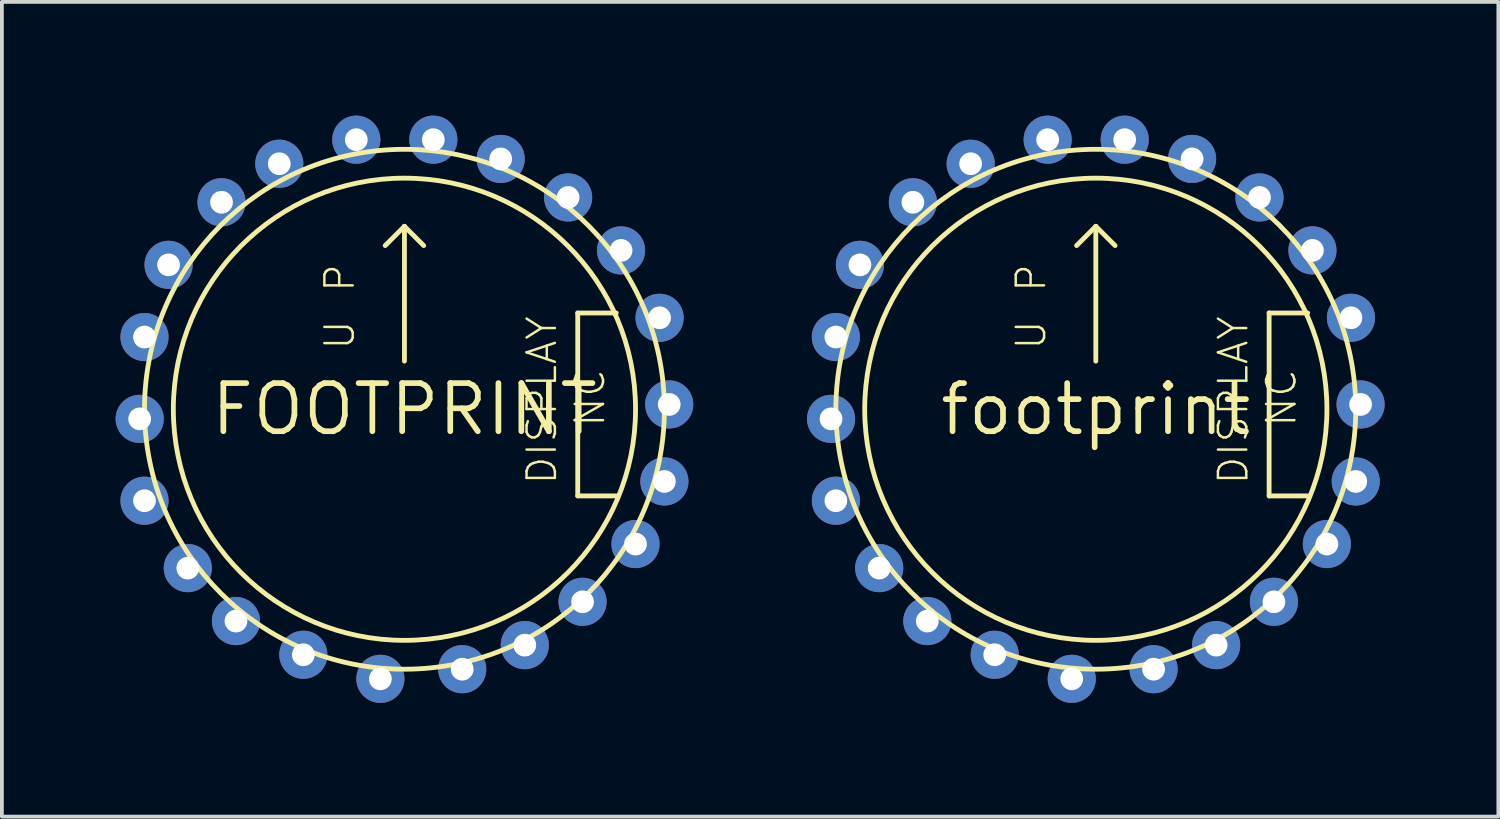
<source format=kicad_pcb>
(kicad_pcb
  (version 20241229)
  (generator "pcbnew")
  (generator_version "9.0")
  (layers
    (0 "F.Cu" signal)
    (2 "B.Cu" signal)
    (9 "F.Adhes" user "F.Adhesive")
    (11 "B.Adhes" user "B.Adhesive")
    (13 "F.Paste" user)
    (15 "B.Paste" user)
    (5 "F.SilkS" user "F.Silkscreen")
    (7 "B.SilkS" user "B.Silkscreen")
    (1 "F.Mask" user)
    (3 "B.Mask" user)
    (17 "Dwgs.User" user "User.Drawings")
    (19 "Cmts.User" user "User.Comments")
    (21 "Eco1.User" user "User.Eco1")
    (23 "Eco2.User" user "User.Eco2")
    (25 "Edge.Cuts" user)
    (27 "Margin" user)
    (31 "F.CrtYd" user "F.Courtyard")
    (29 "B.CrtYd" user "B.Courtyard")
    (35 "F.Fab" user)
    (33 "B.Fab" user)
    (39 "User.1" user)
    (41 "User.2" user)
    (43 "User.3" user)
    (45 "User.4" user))
  (footprint "footprint"
    (layer "F.Cu")
    (at 25.86 7.747)
    (property "Reference" "footprint" (at 0 0 0) (layer "F.SilkS") (effects (font (size 1.27 1.27) (thickness 0.15))))
    (fp_line (start 0 -4.826) (end -0.508 -4.318) (stroke (width 0.127) (type solid)) (layer "F.SilkS"))
    (fp_line (start 0 -4.826) (end 0.508 -4.318) (stroke (width 0.127) (type solid)) (layer "F.SilkS"))
    (fp_line (start 0 -1.27) (end 0 -4.826) (stroke (width 0.127) (type solid)) (layer "F.SilkS"))
    (fp_line (start 4.572 -2.54) (end 4.572 2.286) (stroke (width 0.127) (type solid)) (layer "F.SilkS"))
    (fp_line (start 4.572 2.286) (end 5.588 2.286) (stroke (width 0.127) (type solid)) (layer "F.SilkS"))
    (fp_line (start 5.588 -2.54) (end 4.572 -2.54) (stroke (width 0.127) (type solid)) (layer "F.SilkS"))
    (fp_circle (center 0 0) (end 6.097 0) (stroke (width 0.127) (type solid)) (fill no) (layer "F.SilkS"))
    (fp_circle (center 0 0) (end 6.858 0) (stroke (width 0.127) (type solid)) (fill no) (layer "F.SilkS"))
    (fp_text user "P" (at -1.27 -3.048 90) (layer "F.SilkS") (effects (font (size 0.748 0.748) (thickness 0.065)) (justify left bottom)))
    (fp_text user "NC" (at 5.334 0.508 90) (layer "F.SilkS") (effects (font (size 0.748 0.748) (thickness 0.065)) (justify left bottom)))
    (fp_text user "DISPLAY" (at 4.064 2.032 90) (layer "F.SilkS") (effects (font (size 0.748 0.748) (thickness 0.065)) (justify left bottom)))
    (fp_text user "U" (at -1.27 -1.524 90) (layer "F.SilkS") (effects (font (size 0.748 0.748) (thickness 0.065)) (justify left bottom)))
    (pad "1" thru_hole circle (at -0.635 7.112) (size 1.27 1.27) (drill 0.6) (layers "*.Cu" "*.Mask"))
    (pad "2" thru_hole circle (at 1.524 6.858) (size 1.27 1.27) (drill 0.6) (layers "*.Cu" "*.Mask"))
    (pad "3" thru_hole circle (at 3.175 6.223) (size 1.27 1.27) (drill 0.6) (layers "*.Cu" "*.Mask"))
    (pad "4" thru_hole circle (at 4.699 5.08) (size 1.27 1.27) (drill 0.6) (layers "*.Cu" "*.Mask"))
    (pad "5" thru_hole circle (at 6.096 3.556) (size 1.27 1.27) (drill 0.6) (layers "*.Cu" "*.Mask"))
    (pad "6" thru_hole circle (at 6.858 1.905) (size 1.27 1.27) (drill 0.6) (layers "*.Cu" "*.Mask"))
    (pad "7" thru_hole circle (at 6.985 -0.127) (size 1.27 1.27) (drill 0.6) (layers "*.Cu" "*.Mask"))
    (pad "8" thru_hole circle (at 6.731 -2.413) (size 1.27 1.27) (drill 0.6) (layers "*.Cu" "*.Mask"))
    (pad "9" thru_hole circle (at 5.715 -4.191) (size 1.27 1.27) (drill 0.6) (layers "*.Cu" "*.Mask"))
    (pad "10" thru_hole circle (at 4.318 -5.588) (size 1.27 1.27) (drill 0.6) (layers "*.Cu" "*.Mask"))
    (pad "11" thru_hole circle (at 2.54 -6.604) (size 1.27 1.27) (drill 0.6) (layers "*.Cu" "*.Mask"))
    (pad "12" thru_hole circle (at 0.762 -7.112) (size 1.27 1.27) (drill 0.6) (layers "*.Cu" "*.Mask"))
    (pad "13" thru_hole circle (at -1.27 -7.112) (size 1.27 1.27) (drill 0.6) (layers "*.Cu" "*.Mask"))
    (pad "14" thru_hole circle (at -3.302 -6.477) (size 1.27 1.27) (drill 0.6) (layers "*.Cu" "*.Mask"))
    (pad "15" thru_hole circle (at -4.826 -5.461) (size 1.27 1.27) (drill 0.6) (layers "*.Cu" "*.Mask"))
    (pad "16" thru_hole circle (at -6.223 -3.81) (size 1.27 1.27) (drill 0.6) (layers "*.Cu" "*.Mask"))
    (pad "17" thru_hole circle (at -6.858 -1.905) (size 1.27 1.27) (drill 0.6) (layers "*.Cu" "*.Mask"))
    (pad "18" thru_hole circle (at -6.985 0.254) (size 1.27 1.27) (drill 0.6) (layers "*.Cu" "*.Mask"))
    (pad "19" thru_hole circle (at -6.858 2.413) (size 1.27 1.27) (drill 0.6) (layers "*.Cu" "*.Mask"))
    (pad "20" thru_hole circle (at -5.715 4.191) (size 1.27 1.27) (drill 0.6) (layers "*.Cu" "*.Mask"))
    (pad "21" thru_hole circle (at -4.445 5.588) (size 1.27 1.27) (drill 0.6) (layers "*.Cu" "*.Mask"))
    (pad "22" thru_hole circle (at -2.667 6.477) (size 1.27 1.27) (drill 0.6) (layers "*.Cu" "*.Mask")))
  (footprint "FOOTPRINT"
    (layer "F.Cu")
    (at 7.62 7.747)
    (property "Reference" "FOOTPRINT" (at 0 0 0) (layer "F.SilkS") (effects (font (size 1.27 1.27) (thickness 0.15))))
    (fp_line (start 0 -4.826) (end -0.508 -4.318) (stroke (width 0.127) (type solid)) (layer "F.SilkS"))
    (fp_line (start 0 -4.826) (end 0.508 -4.318) (stroke (width 0.127) (type solid)) (layer "F.SilkS"))
    (fp_line (start 0 -1.27) (end 0 -4.826) (stroke (width 0.127) (type solid)) (layer "F.SilkS"))
    (fp_line (start 4.572 -2.54) (end 4.572 2.286) (stroke (width 0.127) (type solid)) (layer "F.SilkS"))
    (fp_line (start 4.572 2.286) (end 5.588 2.286) (stroke (width 0.127) (type solid)) (layer "F.SilkS"))
    (fp_line (start 5.588 -2.54) (end 4.572 -2.54) (stroke (width 0.127) (type solid)) (layer "F.SilkS"))
    (fp_circle (center 0 0) (end 6.097 0) (stroke (width 0.127) (type solid)) (fill no) (layer "F.SilkS"))
    (fp_circle (center 0 0) (end 6.858 0) (stroke (width 0.127) (type solid)) (fill no) (layer "F.SilkS"))
    (fp_text user "DISPLAY" (at 4.064 2.032 90) (layer "F.SilkS") (effects (font (size 0.748 0.748) (thickness 0.065)) (justify left bottom)))
    (fp_text user "U" (at -1.27 -1.524 90) (layer "F.SilkS") (effects (font (size 0.748 0.748) (thickness 0.065)) (justify left bottom)))
    (fp_text user "NC" (at 5.334 0.508 90) (layer "F.SilkS") (effects (font (size 0.748 0.748) (thickness 0.065)) (justify left bottom)))
    (fp_text user "P" (at -1.27 -3.048 90) (layer "F.SilkS") (effects (font (size 0.748 0.748) (thickness 0.065)) (justify left bottom)))
    (pad "1" thru_hole circle (at -0.635 7.112) (size 1.27 1.27) (drill 0.6) (layers "*.Cu" "*.Mask"))
    (pad "2" thru_hole circle (at 1.524 6.858) (size 1.27 1.27) (drill 0.6) (layers "*.Cu" "*.Mask"))
    (pad "3" thru_hole circle (at 3.175 6.223) (size 1.27 1.27) (drill 0.6) (layers "*.Cu" "*.Mask"))
    (pad "4" thru_hole circle (at 4.699 5.08) (size 1.27 1.27) (drill 0.6) (layers "*.Cu" "*.Mask"))
    (pad "5" thru_hole circle (at 6.096 3.556) (size 1.27 1.27) (drill 0.6) (layers "*.Cu" "*.Mask"))
    (pad "6" thru_hole circle (at 6.858 1.905) (size 1.27 1.27) (drill 0.6) (layers "*.Cu" "*.Mask"))
    (pad "7" thru_hole circle (at 6.985 -0.127) (size 1.27 1.27) (drill 0.6) (layers "*.Cu" "*.Mask"))
    (pad "8" thru_hole circle (at 6.731 -2.413) (size 1.27 1.27) (drill 0.6) (layers "*.Cu" "*.Mask"))
    (pad "9" thru_hole circle (at 5.715 -4.191) (size 1.27 1.27) (drill 0.6) (layers "*.Cu" "*.Mask"))
    (pad "10" thru_hole circle (at 4.318 -5.588) (size 1.27 1.27) (drill 0.6) (layers "*.Cu" "*.Mask"))
    (pad "11" thru_hole circle (at 2.54 -6.604) (size 1.27 1.27) (drill 0.6) (layers "*.Cu" "*.Mask"))
    (pad "12" thru_hole circle (at 0.762 -7.112) (size 1.27 1.27) (drill 0.6) (layers "*.Cu" "*.Mask"))
    (pad "13" thru_hole circle (at -1.27 -7.112) (size 1.27 1.27) (drill 0.6) (layers "*.Cu" "*.Mask"))
    (pad "14" thru_hole circle (at -3.302 -6.477) (size 1.27 1.27) (drill 0.6) (layers "*.Cu" "*.Mask"))
    (pad "15" thru_hole circle (at -4.826 -5.461) (size 1.27 1.27) (drill 0.6) (layers "*.Cu" "*.Mask"))
    (pad "16" thru_hole circle (at -6.223 -3.81) (size 1.27 1.27) (drill 0.6) (layers "*.Cu" "*.Mask"))
    (pad "17" thru_hole circle (at -6.858 -1.905) (size 1.27 1.27) (drill 0.6) (layers "*.Cu" "*.Mask"))
    (pad "18" thru_hole circle (at -6.985 0.254) (size 1.27 1.27) (drill 0.6) (layers "*.Cu" "*.Mask"))
    (pad "19" thru_hole circle (at -6.858 2.413) (size 1.27 1.27) (drill 0.6) (layers "*.Cu" "*.Mask"))
    (pad "20" thru_hole circle (at -5.715 4.191) (size 1.27 1.27) (drill 0.6) (layers "*.Cu" "*.Mask"))
    (pad "21" thru_hole circle (at -4.445 5.588) (size 1.27 1.27) (drill 0.6) (layers "*.Cu" "*.Mask"))
    (pad "22" thru_hole circle (at -2.667 6.477) (size 1.27 1.27) (drill 0.6) (layers "*.Cu" "*.Mask")))
  (gr_rect
    (start -3 -3)
    (end 36.48 18.494)
    (stroke (width 0.1) (type default))
    (fill no)
    (layer "Edge.Cuts")))
</source>
